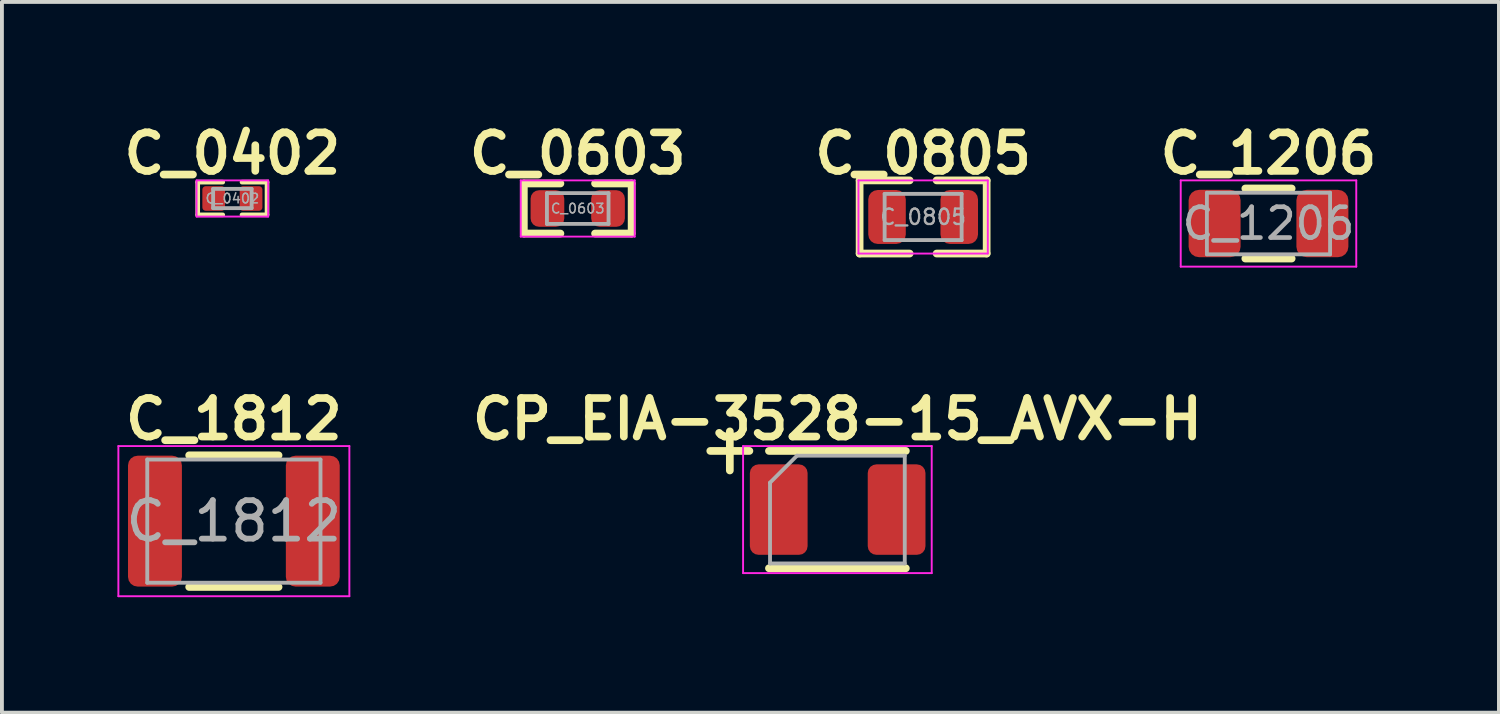
<source format=kicad_pcb>
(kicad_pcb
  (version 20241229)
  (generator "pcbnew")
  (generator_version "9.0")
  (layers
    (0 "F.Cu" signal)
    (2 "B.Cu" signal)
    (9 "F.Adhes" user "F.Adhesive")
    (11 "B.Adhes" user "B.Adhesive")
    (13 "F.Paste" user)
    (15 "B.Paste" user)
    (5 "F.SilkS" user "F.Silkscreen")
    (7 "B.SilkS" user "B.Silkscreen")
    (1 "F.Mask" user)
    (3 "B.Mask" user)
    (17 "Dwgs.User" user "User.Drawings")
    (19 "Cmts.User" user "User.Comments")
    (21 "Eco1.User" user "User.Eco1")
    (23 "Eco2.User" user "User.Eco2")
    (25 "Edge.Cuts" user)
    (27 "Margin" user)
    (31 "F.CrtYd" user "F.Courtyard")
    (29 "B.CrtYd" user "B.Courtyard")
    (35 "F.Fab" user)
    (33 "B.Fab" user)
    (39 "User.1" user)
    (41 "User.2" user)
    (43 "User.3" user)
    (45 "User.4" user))
  (footprint "C_0402"
    (layer "F.Cu")
    (at 2.986 2.106)
    (property "Reference" "C_0402" (at 0 -1.17 0) (layer "F.SilkS") (effects (font (size 1 1) (thickness 0.2))))
    (attr smd)
    (fp_line (start -0.9 -0.425) (end -0.9 0.425) (stroke (width 0.12) (type solid)) (layer "F.SilkS"))
    (fp_line (start -0.9 0.425) (end -0.25 0.425) (stroke (width 0.12) (type solid)) (layer "F.SilkS"))
    (fp_line (start -0.25 -0.425) (end -0.9 -0.425) (stroke (width 0.12) (type solid)) (layer "F.SilkS"))
    (fp_line (start 0.25 -0.425) (end 0.9 -0.425) (stroke (width 0.12) (type solid)) (layer "F.SilkS"))
    (fp_line (start 0.9 -0.425) (end 0.9 0.425) (stroke (width 0.12) (type solid)) (layer "F.SilkS"))
    (fp_line (start 0.9 0.425) (end 0.25 0.425) (stroke (width 0.12) (type solid)) (layer "F.SilkS"))
    (fp_line (start -0.93 -0.47) (end 0.93 -0.47) (stroke (width 0.05) (type solid)) (layer "F.CrtYd"))
    (fp_line (start -0.93 0.47) (end -0.93 -0.47) (stroke (width 0.05) (type solid)) (layer "F.CrtYd"))
    (fp_line (start 0.93 -0.47) (end 0.93 0.47) (stroke (width 0.05) (type solid)) (layer "F.CrtYd"))
    (fp_line (start 0.93 0.47) (end -0.93 0.47) (stroke (width 0.05) (type solid)) (layer "F.CrtYd"))
    (fp_line (start -0.5 -0.25) (end 0.5 -0.25) (stroke (width 0.1) (type solid)) (layer "F.Fab"))
    (fp_line (start -0.5 0.25) (end -0.5 -0.25) (stroke (width 0.1) (type solid)) (layer "F.Fab"))
    (fp_line (start 0.5 -0.25) (end 0.5 0.25) (stroke (width 0.1) (type solid)) (layer "F.Fab"))
    (fp_line (start 0.5 0.25) (end -0.5 0.25) (stroke (width 0.1) (type solid)) (layer "F.Fab"))
    (fp_text user "${REFERENCE}" (at 0 0 0) (layer "F.Fab") (effects (font (size 0.25 0.25) (thickness 0.04))))
    (pad "1" smd roundrect (at -0.485 0) (size 0.59 0.64) (layers "F.Cu" "F.Mask" "F.Paste") (roundrect_rratio 0.15))
    (pad "2" smd roundrect (at 0.485 0) (size 0.59 0.64) (layers "F.Cu" "F.Mask" "F.Paste") (roundrect_rratio 0.15)))
  (footprint "C_0603"
    (layer "F.Cu")
    (at 11.957 2.366)
    (property "Reference" "C_0603" (at 0 -1.43 0) (layer "F.SilkS") (effects (font (size 1 1) (thickness 0.2))))
    (attr smd)
    (fp_line (start -1.4 -0.65) (end -1.4 0.65) (stroke (width 0.2) (type solid)) (layer "F.SilkS"))
    (fp_line (start -1.4 0.65) (end -0.45 0.65) (stroke (width 0.2) (type solid)) (layer "F.SilkS"))
    (fp_line (start -0.45 -0.65) (end -1.4 -0.65) (stroke (width 0.2) (type solid)) (layer "F.SilkS"))
    (fp_line (start 1.4 -0.65) (end 0.45 -0.65) (stroke (width 0.2) (type solid)) (layer "F.SilkS"))
    (fp_line (start 1.4 -0.65) (end 1.4 0.65) (stroke (width 0.2) (type solid)) (layer "F.SilkS"))
    (fp_line (start 1.4 0.65) (end 0.45 0.65) (stroke (width 0.2) (type solid)) (layer "F.SilkS"))
    (fp_line (start -1.48 -0.73) (end 1.48 -0.73) (stroke (width 0.05) (type solid)) (layer "F.CrtYd"))
    (fp_line (start -1.48 0.73) (end -1.48 -0.73) (stroke (width 0.05) (type solid)) (layer "F.CrtYd"))
    (fp_line (start 1.48 -0.73) (end 1.48 0.73) (stroke (width 0.05) (type solid)) (layer "F.CrtYd"))
    (fp_line (start 1.48 0.73) (end -1.48 0.73) (stroke (width 0.05) (type solid)) (layer "F.CrtYd"))
    (fp_line (start -0.8 -0.4) (end 0.8 -0.4) (stroke (width 0.1) (type solid)) (layer "F.Fab"))
    (fp_line (start -0.8 0.4) (end -0.8 -0.4) (stroke (width 0.1) (type solid)) (layer "F.Fab"))
    (fp_line (start 0.8 -0.4) (end 0.8 0.4) (stroke (width 0.1) (type solid)) (layer "F.Fab"))
    (fp_line (start 0.8 0.4) (end -0.8 0.4) (stroke (width 0.1) (type solid)) (layer "F.Fab"))
    (fp_text user "${REFERENCE}" (at 0 0 0) (layer "F.Fab") (effects (font (size 0.25 0.25) (thickness 0.04))))
    (pad "1" smd roundrect (at -0.787 0) (size 0.875 0.95) (layers "F.Cu" "F.Mask" "F.Paste") (roundrect_rratio 0.25))
    (pad "2" smd roundrect (at 0.787 0) (size 0.875 0.95) (layers "F.Cu" "F.Mask" "F.Paste") (roundrect_rratio 0.25)))
  (footprint "C_0805"
    (layer "F.Cu")
    (at 20.929 2.586)
    (property "Reference" "C_0805" (at 0 -1.65 0) (layer "F.SilkS") (effects (font (size 1 1) (thickness 0.2))))
    (attr smd)
    (fp_line (start -1.65 -0.95) (end -1.65 0.95) (stroke (width 0.2) (type solid)) (layer "F.SilkS"))
    (fp_line (start -1.65 0.95) (end -0.35 0.95) (stroke (width 0.2) (type solid)) (layer "F.SilkS"))
    (fp_line (start -0.35 -0.95) (end -1.65 -0.95) (stroke (width 0.2) (type solid)) (layer "F.SilkS"))
    (fp_line (start 0.35 -0.95) (end 1.65 -0.95) (stroke (width 0.2) (type solid)) (layer "F.SilkS"))
    (fp_line (start 1.65 -0.95) (end 1.65 0.95) (stroke (width 0.2) (type solid)) (layer "F.SilkS"))
    (fp_line (start 1.65 0.95) (end 0.35 0.95) (stroke (width 0.2) (type solid)) (layer "F.SilkS"))
    (fp_line (start -1.68 -0.95) (end 1.68 -0.95) (stroke (width 0.05) (type solid)) (layer "F.CrtYd"))
    (fp_line (start -1.68 0.95) (end -1.68 -0.95) (stroke (width 0.05) (type solid)) (layer "F.CrtYd"))
    (fp_line (start 1.68 -0.95) (end 1.68 0.95) (stroke (width 0.05) (type solid)) (layer "F.CrtYd"))
    (fp_line (start 1.68 0.95) (end -1.68 0.95) (stroke (width 0.05) (type solid)) (layer "F.CrtYd"))
    (fp_line (start -1 -0.6) (end 1 -0.6) (stroke (width 0.1) (type solid)) (layer "F.Fab"))
    (fp_line (start -1 0.6) (end -1 -0.6) (stroke (width 0.1) (type solid)) (layer "F.Fab"))
    (fp_line (start 1 -0.6) (end 1 0.6) (stroke (width 0.1) (type solid)) (layer "F.Fab"))
    (fp_line (start 1 0.6) (end -1 0.6) (stroke (width 0.1) (type solid)) (layer "F.Fab"))
    (fp_text user "${REFERENCE}" (at 0 0 0) (layer "F.Fab") (effects (font (size 0.4 0.4) (thickness 0.06))))
    (pad "1" smd roundrect (at -0.938 0) (size 0.975 1.4) (layers "F.Cu" "F.Mask" "F.Paste") (roundrect_rratio 0.25))
    (pad "2" smd roundrect (at 0.938 0) (size 0.975 1.4) (layers "F.Cu" "F.Mask" "F.Paste") (roundrect_rratio 0.25)))
  (footprint "C_1206"
    (layer "F.Cu")
    (at 29.9 2.756)
    (property "Reference" "C_1206" (at 0 -1.82 0) (layer "F.SilkS") (effects (font (size 1 1) (thickness 0.2))))
    (attr smd)
    (fp_line (start -0.602 -0.91) (end 0.602 -0.91) (stroke (width 0.2) (type solid)) (layer "F.SilkS"))
    (fp_line (start -0.602 0.91) (end 0.602 0.91) (stroke (width 0.2) (type solid)) (layer "F.SilkS"))
    (fp_line (start -2.28 -1.12) (end 2.28 -1.12) (stroke (width 0.05) (type solid)) (layer "F.CrtYd"))
    (fp_line (start -2.28 1.12) (end -2.28 -1.12) (stroke (width 0.05) (type solid)) (layer "F.CrtYd"))
    (fp_line (start 2.28 -1.12) (end 2.28 1.12) (stroke (width 0.05) (type solid)) (layer "F.CrtYd"))
    (fp_line (start 2.28 1.12) (end -2.28 1.12) (stroke (width 0.05) (type solid)) (layer "F.CrtYd"))
    (fp_line (start -1.6 -0.8) (end 1.6 -0.8) (stroke (width 0.1) (type solid)) (layer "F.Fab"))
    (fp_line (start -1.6 0.8) (end -1.6 -0.8) (stroke (width 0.1) (type solid)) (layer "F.Fab"))
    (fp_line (start 1.6 -0.8) (end 1.6 0.8) (stroke (width 0.1) (type solid)) (layer "F.Fab"))
    (fp_line (start 1.6 0.8) (end -1.6 0.8) (stroke (width 0.1) (type solid)) (layer "F.Fab"))
    (fp_text user "${REFERENCE}" (at 0 0 0) (layer "F.Fab") (effects (font (size 0.8 0.8) (thickness 0.12))))
    (pad "1" smd roundrect (at -1.4 0) (size 1.35 1.75) (layers "F.Cu" "F.Mask" "F.Paste") (roundrect_rratio 0.2))
    (pad "2" smd roundrect (at 1.4 0) (size 1.35 1.75) (layers "F.Cu" "F.Mask" "F.Paste") (roundrect_rratio 0.2)))
  (footprint "C_1812"
    (layer "F.Cu")
    (at 3.025 10.487)
    (property "Reference" "C_1812" (at 0 -2.65 0) (layer "F.SilkS") (effects (font (size 1 1) (thickness 0.2) (bold yes))))
    (attr smd)
    (fp_line (start -1.161 -1.71) (end 1.161 -1.71) (stroke (width 0.2) (type solid)) (layer "F.SilkS"))
    (fp_line (start -1.161 1.71) (end 1.161 1.71) (stroke (width 0.2) (type solid)) (layer "F.SilkS"))
    (fp_line (start -3 -1.95) (end 3 -1.95) (stroke (width 0.05) (type solid)) (layer "F.CrtYd"))
    (fp_line (start -3 1.95) (end -3 -1.95) (stroke (width 0.05) (type solid)) (layer "F.CrtYd"))
    (fp_line (start 3 -1.95) (end 3 1.95) (stroke (width 0.05) (type solid)) (layer "F.CrtYd"))
    (fp_line (start 3 1.95) (end -3 1.95) (stroke (width 0.05) (type solid)) (layer "F.CrtYd"))
    (fp_line (start -2.25 -1.6) (end 2.25 -1.6) (stroke (width 0.1) (type solid)) (layer "F.Fab"))
    (fp_line (start -2.25 1.6) (end -2.25 -1.6) (stroke (width 0.1) (type solid)) (layer "F.Fab"))
    (fp_line (start 2.25 -1.6) (end 2.25 1.6) (stroke (width 0.1) (type solid)) (layer "F.Fab"))
    (fp_line (start 2.25 1.6) (end -2.25 1.6) (stroke (width 0.1) (type solid)) (layer "F.Fab"))
    (fp_text user "${REFERENCE}" (at 0 0 0) (layer "F.Fab") (effects (font (size 1 1) (thickness 0.15))))
    (pad "1" smd roundrect (at -2.05 0) (size 1.4 3.4) (layers "F.Cu" "F.Mask" "F.Paste") (roundrect_rratio 0.179))
    (pad "2" smd roundrect (at 2.05 0) (size 1.4 3.4) (layers "F.Cu" "F.Mask" "F.Paste") (roundrect_rratio 0.179)))
  (footprint "CP_EIA-3528-15_AVX-H"
    (layer "F.Cu")
    (at 18.702 10.187)
    (property "Reference" "CP_EIA-3528-15_AVX-H" (at 0 -2.35 0) (layer "F.SilkS") (effects (font (size 1 1) (thickness 0.2))))
    (attr smd)
    (fp_line (start -3.302 -1.524) (end -2.286 -1.524) (stroke (width 0.2) (type solid)) (layer "F.SilkS"))
    (fp_line (start -2.794 -2.032) (end -2.794 -1.016) (stroke (width 0.2) (type solid)) (layer "F.SilkS"))
    (fp_line (start -1.778 1.524) (end 1.778 1.524) (stroke (width 0.2) (type solid)) (layer "F.SilkS"))
    (fp_line (start 1.778 -1.524) (end -1.778 -1.524) (stroke (width 0.2) (type solid)) (layer "F.SilkS"))
    (fp_line (start -2.45 -1.65) (end 2.45 -1.65) (stroke (width 0.05) (type solid)) (layer "F.CrtYd"))
    (fp_line (start -2.45 1.65) (end -2.45 -1.65) (stroke (width 0.05) (type solid)) (layer "F.CrtYd"))
    (fp_line (start 2.45 -1.65) (end 2.45 1.65) (stroke (width 0.05) (type solid)) (layer "F.CrtYd"))
    (fp_line (start 2.45 1.65) (end -2.45 1.65) (stroke (width 0.05) (type solid)) (layer "F.CrtYd"))
    (fp_line (start -1.75 -0.7) (end -1.75 1.4) (stroke (width 0.1) (type solid)) (layer "F.Fab"))
    (fp_line (start -1.75 1.4) (end 1.75 1.4) (stroke (width 0.1) (type solid)) (layer "F.Fab"))
    (fp_line (start -1.05 -1.4) (end -1.75 -0.7) (stroke (width 0.1) (type solid)) (layer "F.Fab"))
    (fp_line (start 1.75 -1.4) (end -1.05 -1.4) (stroke (width 0.1) (type solid)) (layer "F.Fab"))
    (fp_line (start 1.75 1.4) (end 1.75 -1.4) (stroke (width 0.1) (type solid)) (layer "F.Fab"))
    (pad "1" smd roundrect (at -1.524 0) (size 1.5 2.35) (layers "F.Cu" "F.Mask" "F.Paste") (roundrect_rratio 0.15))
    (pad "2" smd roundrect (at 1.538 0) (size 1.5 2.35) (layers "F.Cu" "F.Mask" "F.Paste") (roundrect_rratio 0.15)))
  (gr_rect
    (start -3 -3)
    (end 35.886 15.462)
    (stroke (width 0.1) (type default))
    (fill no)
    (layer "Edge.Cuts")))
</source>
